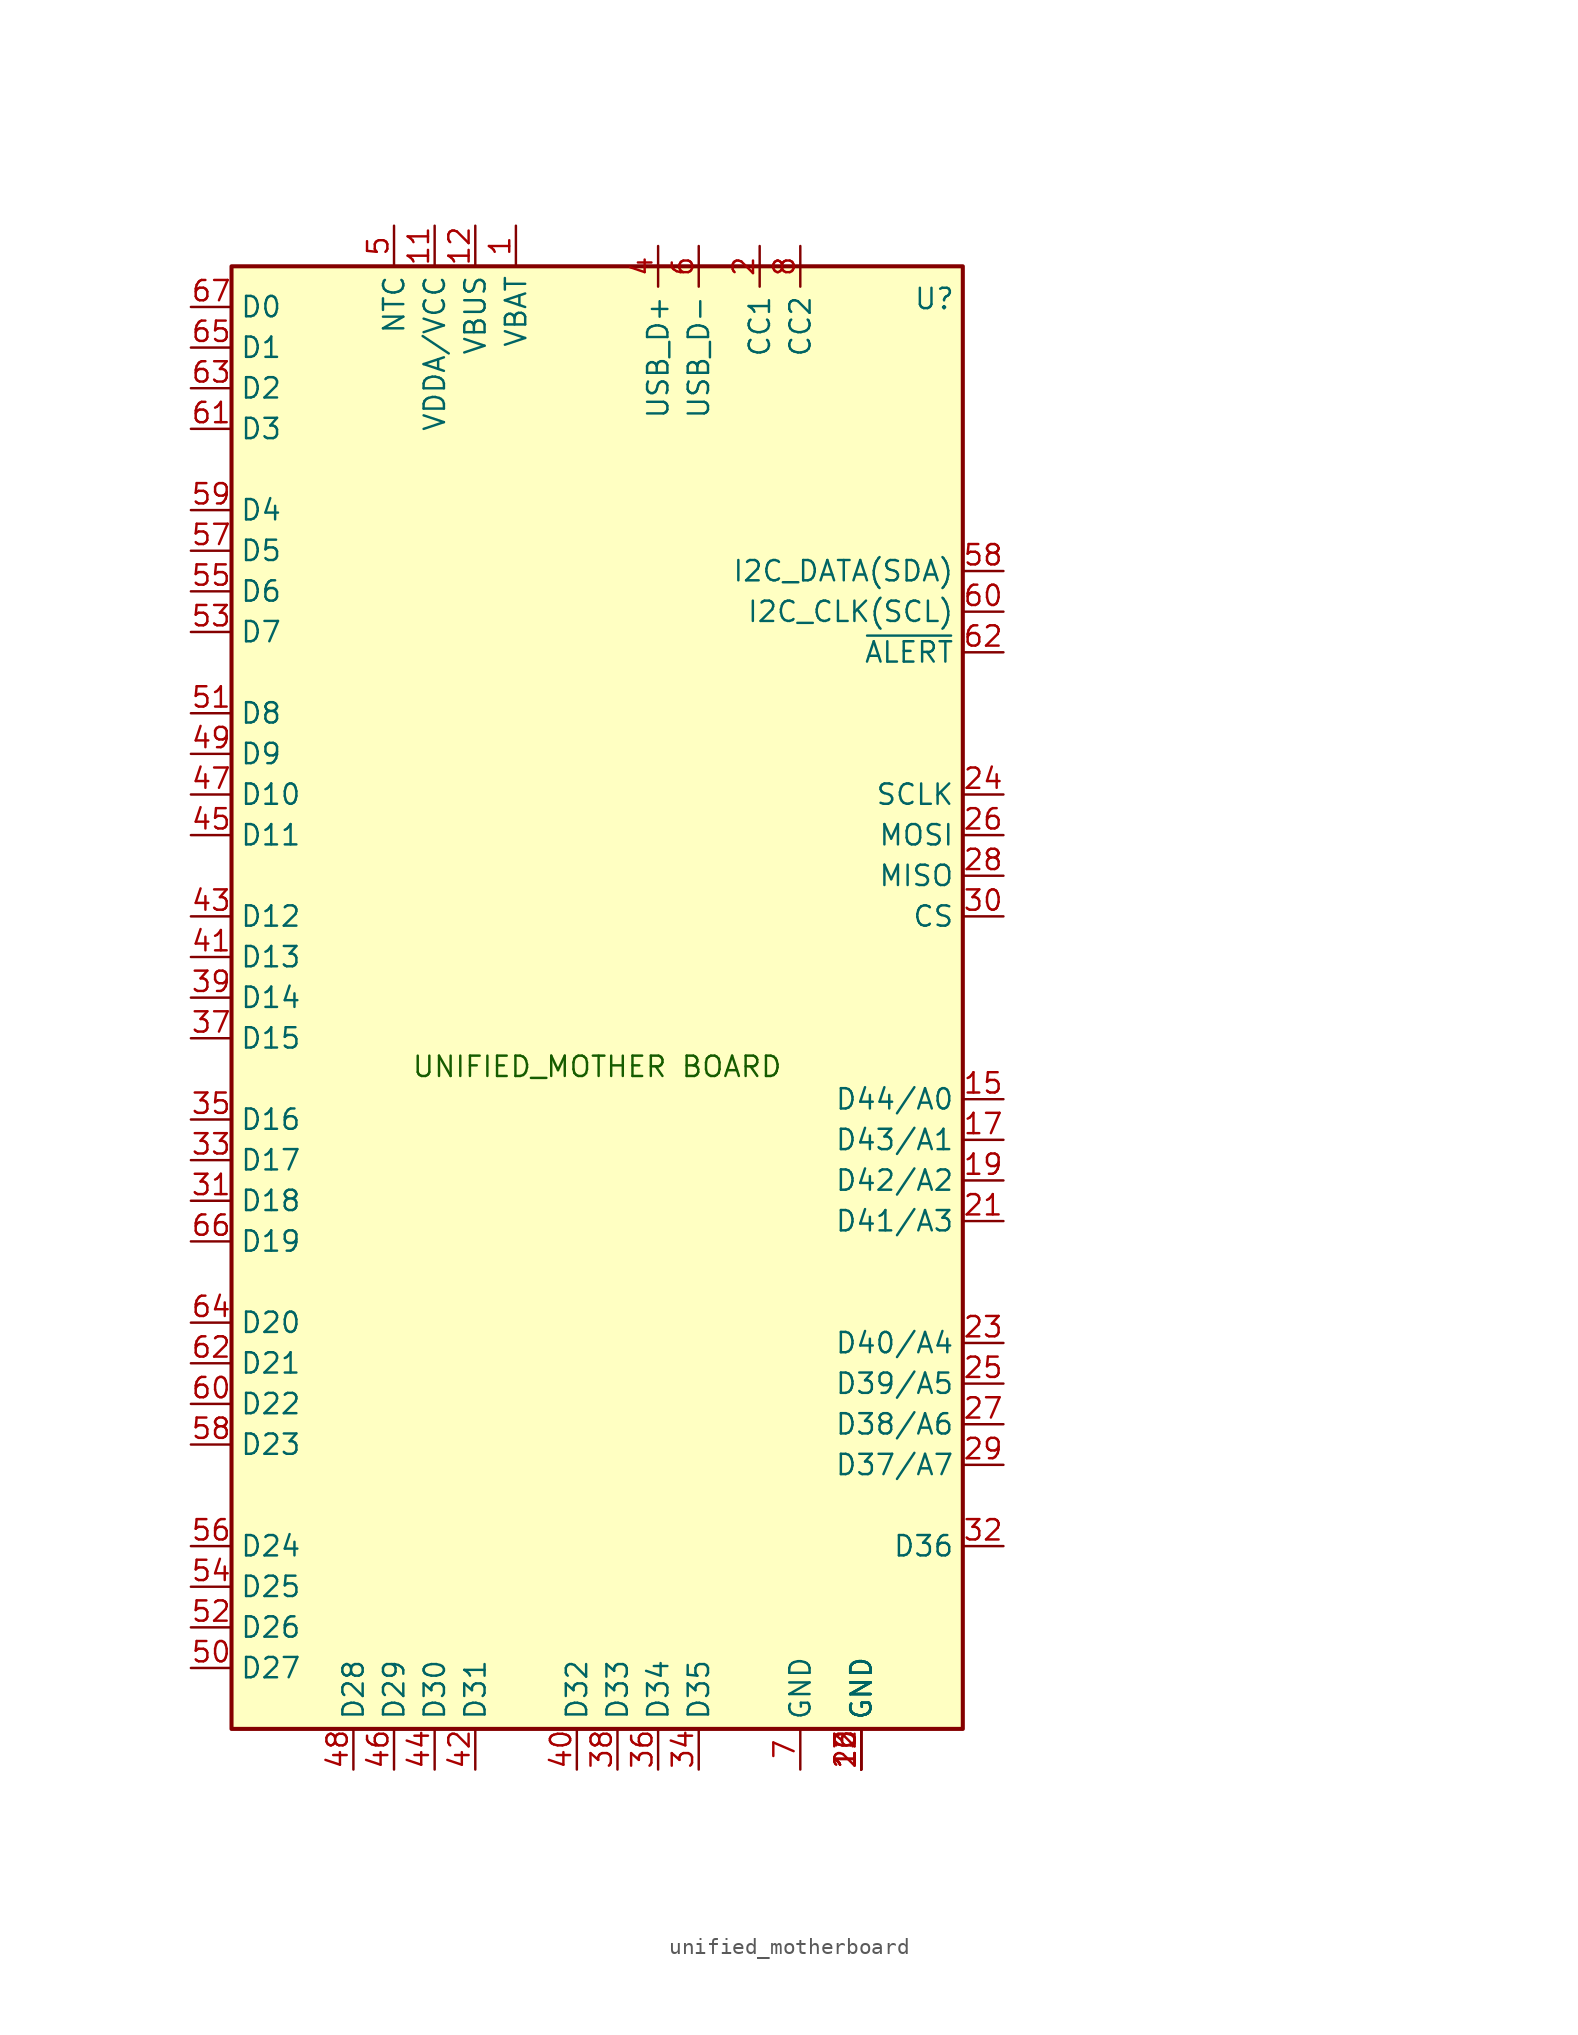
<source format=kicad_sym>
(kicad_symbol_lib
  (version 20231120)
  (generator "kicad_symbol_editor")
  (generator_version "8.0")
  (symbol "unified_motherboard"
    (property "Reference" "U"
      (at 21.082 38.608 0)
      (effects (font (size 1.27 1.27))))
    (property "Value" ""
      (at 49.53 -5.08 0)
      (effects (font (size 1.27 1.27))))
    (symbol "unified_motherboard_0_1"
      (rectangle (start -22.86 40.64) (end 22.86 -50.8) (stroke (width 0.254) (type default)) (fill (type background))))
    (symbol "unified_motherboard_1_1"
      (text "UNIFIED_MOTHER BOARD" (at 0 -9.398 0) (effects (font (size 1.27 1.27) (color 22 92 0 1))))
      (pin power_in line (at -5.08 43.18 270) (length 2.54) (name "VBAT" (effects (font (size 1.27 1.27)))) (number "1" (effects (font (size 1.27 1.27)))))
      (pin power_in line (at 16.51 -53.34 90) (length 2.54) (name "GND" (effects (font (size 1.27 1.27)))) (number "10" (effects (font (size 1.27 1.27)))))
      (pin power_out line (at -10.16 43.18 270) (length 2.54) (name "VDDA/VCC" (effects (font (size 1.27 1.27)))) (number "11" (effects (font (size 1.27 1.27)))))
      (pin power_in line (at -7.62 43.18 270) (length 2.54) (name "VBUS" (effects (font (size 1.27 1.27)))) (number "12" (effects (font (size 1.27 1.27)))))
      (pin power_in line (at 16.51 -53.34 90) (length 2.54) (name "GND" (effects (font (size 1.27 1.27)))) (number "13" (effects (font (size 1.27 1.27)))))
      (pin bidirectional line (at 25.4 -11.43 180) (length 2.54) (name "D44/A0" (effects (font (size 1.27 1.27)))) (number "15" (effects (font (size 1.27 1.27)))))
      (pin power_in line (at 16.51 -53.34 90) (length 2.54) (name "GND" (effects (font (size 1.27 1.27)))) (number "16" (effects (font (size 1.27 1.27)))))
      (pin bidirectional line (at 25.4 -13.97 180) (length 2.54) (name "D43/A1" (effects (font (size 1.27 1.27)))) (number "17" (effects (font (size 1.27 1.27)))))
      (pin bidirectional line (at 25.4 -16.51 180) (length 2.54) (name "D42/A2" (effects (font (size 1.27 1.27)))) (number "19" (effects (font (size 1.27 1.27)))))
      (pin bidirectional line (at 10.16 41.91 270) (length 2.54) (name "CC1" (effects (font (size 1.27 1.27)))) (number "2" (effects (font (size 1.27 1.27)))))
      (pin bidirectional line (at 25.4 -19.05 180) (length 2.54) (name "D41/A3" (effects (font (size 1.27 1.27)))) (number "21" (effects (font (size 1.27 1.27)))))
      (pin power_in line (at 16.51 -53.34 90) (length 2.54) (name "GND" (effects (font (size 1.27 1.27)))) (number "22" (effects (font (size 1.27 1.27)))))
      (pin bidirectional line (at 25.4 -26.67 180) (length 2.54) (name "D40/A4" (effects (font (size 1.27 1.27)))) (number "23" (effects (font (size 1.27 1.27)))))
      (pin output line (at 25.4 7.62 180) (length 2.54) (name "SCLK" (effects (font (size 1.27 1.27)))) (number "24" (effects (font (size 1.27 1.27)))))
      (pin bidirectional line (at 25.4 -29.21 180) (length 2.54) (name "D39/A5" (effects (font (size 1.27 1.27)))) (number "25" (effects (font (size 1.27 1.27)))))
      (pin output line (at 25.4 5.08 180) (length 2.54) (name "MOSI" (effects (font (size 1.27 1.27)))) (number "26" (effects (font (size 1.27 1.27)))))
      (pin bidirectional line (at 25.4 -31.75 180) (length 2.54) (name "D38/A6" (effects (font (size 1.27 1.27)))) (number "27" (effects (font (size 1.27 1.27)))))
      (pin input line (at 25.4 2.54 180) (length 2.54) (name "MISO" (effects (font (size 1.27 1.27)))) (number "28" (effects (font (size 1.27 1.27)))))
      (pin bidirectional line (at 25.4 -34.29 180) (length 2.54) (name "D37/A7" (effects (font (size 1.27 1.27)))) (number "29" (effects (font (size 1.27 1.27)))))
      (pin output line (at 25.4 0 180) (length 2.54) (name "CS" (effects (font (size 1.27 1.27)))) (number "30" (effects (font (size 1.27 1.27)))))
      (pin bidirectional line (at -25.4 -17.78 0) (length 2.54) (name "D18" (effects (font (size 1.27 1.27)))) (number "31" (effects (font (size 1.27 1.27)))))
      (pin bidirectional line (at 25.4 -39.37 180) (length 2.54) (name "D36" (effects (font (size 1.27 1.27)))) (number "32" (effects (font (size 1.27 1.27)))))
      (pin bidirectional line (at -25.4 -15.24 0) (length 2.54) (name "D17" (effects (font (size 1.27 1.27)))) (number "33" (effects (font (size 1.27 1.27)))))
      (pin bidirectional line (at 6.35 -53.34 90) (length 2.54) (name "D35" (effects (font (size 1.27 1.27)))) (number "34" (effects (font (size 1.27 1.27)))))
      (pin bidirectional line (at -25.4 -12.7 0) (length 2.54) (name "D16" (effects (font (size 1.27 1.27)))) (number "35" (effects (font (size 1.27 1.27)))))
      (pin bidirectional line (at 3.81 -53.34 90) (length 2.54) (name "D34" (effects (font (size 1.27 1.27)))) (number "36" (effects (font (size 1.27 1.27)))))
      (pin bidirectional line (at -25.4 -7.62 0) (length 2.54) (name "D15" (effects (font (size 1.27 1.27)))) (number "37" (effects (font (size 1.27 1.27)))))
      (pin bidirectional line (at 1.27 -53.34 90) (length 2.54) (name "D33" (effects (font (size 1.27 1.27)))) (number "38" (effects (font (size 1.27 1.27)))))
      (pin bidirectional line (at -25.4 -5.08 0) (length 2.54) (name "D14" (effects (font (size 1.27 1.27)))) (number "39" (effects (font (size 1.27 1.27)))))
      (pin bidirectional line (at 3.81 41.91 270) (length 2.54) (name "USB_D+" (effects (font (size 1.27 1.27)))) (number "4" (effects (font (size 1.27 1.27)))))
      (pin bidirectional line (at -1.27 -53.34 90) (length 2.54) (name "D32" (effects (font (size 1.27 1.27)))) (number "40" (effects (font (size 1.27 1.27)))))
      (pin bidirectional line (at -25.4 -2.54 0) (length 2.54) (name "D13" (effects (font (size 1.27 1.27)))) (number "41" (effects (font (size 1.27 1.27)))))
      (pin bidirectional line (at -7.62 -53.34 90) (length 2.54) (name "D31" (effects (font (size 1.27 1.27)))) (number "42" (effects (font (size 1.27 1.27)))))
      (pin bidirectional line (at -25.4 0 0) (length 2.54) (name "D12" (effects (font (size 1.27 1.27)))) (number "43" (effects (font (size 1.27 1.27)))))
      (pin bidirectional line (at -10.16 -53.34 90) (length 2.54) (name "D30" (effects (font (size 1.27 1.27)))) (number "44" (effects (font (size 1.27 1.27)))))
      (pin bidirectional line (at -25.4 5.08 0) (length 2.54) (name "D11" (effects (font (size 1.27 1.27)))) (number "45" (effects (font (size 1.27 1.27)))))
      (pin bidirectional line (at -12.7 -53.34 90) (length 2.54) (name "D29" (effects (font (size 1.27 1.27)))) (number "46" (effects (font (size 1.27 1.27)))))
      (pin bidirectional line (at -25.4 7.62 0) (length 2.54) (name "D10" (effects (font (size 1.27 1.27)))) (number "47" (effects (font (size 1.27 1.27)))))
      (pin bidirectional line (at -15.24 -53.34 90) (length 2.54) (name "D28" (effects (font (size 1.27 1.27)))) (number "48" (effects (font (size 1.27 1.27)))))
      (pin bidirectional line (at -25.4 10.16 0) (length 2.54) (name "D9" (effects (font (size 1.27 1.27)))) (number "49" (effects (font (size 1.27 1.27)))))
      (pin passive line (at -12.7 43.18 270) (length 2.54) (name "NTC" (effects (font (size 1.27 1.27)))) (number "5" (effects (font (size 1.27 1.27)))))
      (pin bidirectional line (at -25.4 -46.99 0) (length 2.54) (name "D27" (effects (font (size 1.27 1.27)))) (number "50" (effects (font (size 1.27 1.27)))))
      (pin bidirectional line (at -25.4 12.7 0) (length 2.54) (name "D8" (effects (font (size 1.27 1.27)))) (number "51" (effects (font (size 1.27 1.27)))))
      (pin bidirectional line (at -25.4 -44.45 0) (length 2.54) (name "D26" (effects (font (size 1.27 1.27)))) (number "52" (effects (font (size 1.27 1.27)))))
      (pin bidirectional line (at -25.4 17.78 0) (length 2.54) (name "D7" (effects (font (size 1.27 1.27)))) (number "53" (effects (font (size 1.27 1.27)))))
      (pin bidirectional line (at -25.4 -41.91 0) (length 2.54) (name "D25" (effects (font (size 1.27 1.27)))) (number "54" (effects (font (size 1.27 1.27)))))
      (pin bidirectional line (at -25.4 20.32 0) (length 2.54) (name "D6" (effects (font (size 1.27 1.27)))) (number "55" (effects (font (size 1.27 1.27)))))
      (pin bidirectional line (at -25.4 -39.37 0) (length 2.54) (name "D24" (effects (font (size 1.27 1.27)))) (number "56" (effects (font (size 1.27 1.27)))))
      (pin bidirectional line (at -25.4 22.86 0) (length 2.54) (name "D5" (effects (font (size 1.27 1.27)))) (number "57" (effects (font (size 1.27 1.27)))))
      (pin bidirectional line (at -25.4 -33.02 0) (length 2.54) (name "D23" (effects (font (size 1.27 1.27)))) (number "58" (effects (font (size 1.27 1.27)))))
      (pin bidirectional line (at 25.4 21.59 180) (length 2.54) (name "I2C_DATA(SDA)" (effects (font (size 1.27 1.27)))) (number "58" (effects (font (size 1.27 1.27)))))
      (pin bidirectional line (at -25.4 25.4 0) (length 2.54) (name "D4" (effects (font (size 1.27 1.27)))) (number "59" (effects (font (size 1.27 1.27)))))
      (pin bidirectional line (at 6.35 41.91 270) (length 2.54) (name "USB_D-" (effects (font (size 1.27 1.27)))) (number "6" (effects (font (size 1.27 1.27)))))
      (pin bidirectional line (at -25.4 -30.48 0) (length 2.54) (name "D22" (effects (font (size 1.27 1.27)))) (number "60" (effects (font (size 1.27 1.27)))))
      (pin output line (at 25.4 19.05 180) (length 2.54) (name "I2C_CLK(SCL)" (effects (font (size 1.27 1.27)))) (number "60" (effects (font (size 1.27 1.27)))))
      (pin bidirectional line (at -25.4 30.48 0) (length 2.54) (name "D3" (effects (font (size 1.27 1.27)))) (number "61" (effects (font (size 1.27 1.27)))))
      (pin bidirectional line (at -25.4 -27.94 0) (length 2.54) (name "D21" (effects (font (size 1.27 1.27)))) (number "62" (effects (font (size 1.27 1.27)))))
      (pin input line (at 25.4 16.51 180) (length 2.54) (name "~{ALERT}" (effects (font (size 1.27 1.27)))) (number "62" (effects (font (size 1.27 1.27)))))
      (pin bidirectional line (at -25.4 33.02 0) (length 2.54) (name "D2" (effects (font (size 1.27 1.27)))) (number "63" (effects (font (size 1.27 1.27)))))
      (pin bidirectional line (at -25.4 -25.4 0) (length 2.54) (name "D20" (effects (font (size 1.27 1.27)))) (number "64" (effects (font (size 1.27 1.27)))))
      (pin bidirectional line (at -25.4 35.56 0) (length 2.54) (name "D1" (effects (font (size 1.27 1.27)))) (number "65" (effects (font (size 1.27 1.27)))))
      (pin bidirectional line (at -25.4 -20.32 0) (length 2.54) (name "D19" (effects (font (size 1.27 1.27)))) (number "66" (effects (font (size 1.27 1.27)))))
      (pin bidirectional line (at -25.4 38.1 0) (length 2.54) (name "D0" (effects (font (size 1.27 1.27)))) (number "67" (effects (font (size 1.27 1.27)))))
      (pin power_in line (at 12.7 -53.34 90) (length 2.54) (name "GND" (effects (font (size 1.27 1.27)))) (number "7" (effects (font (size 1.27 1.27)))))
      (pin bidirectional line (at 12.7 41.91 270) (length 2.54) (name "CC2" (effects (font (size 1.27 1.27)))) (number "8" (effects (font (size 1.27 1.27))))))))
</source>
